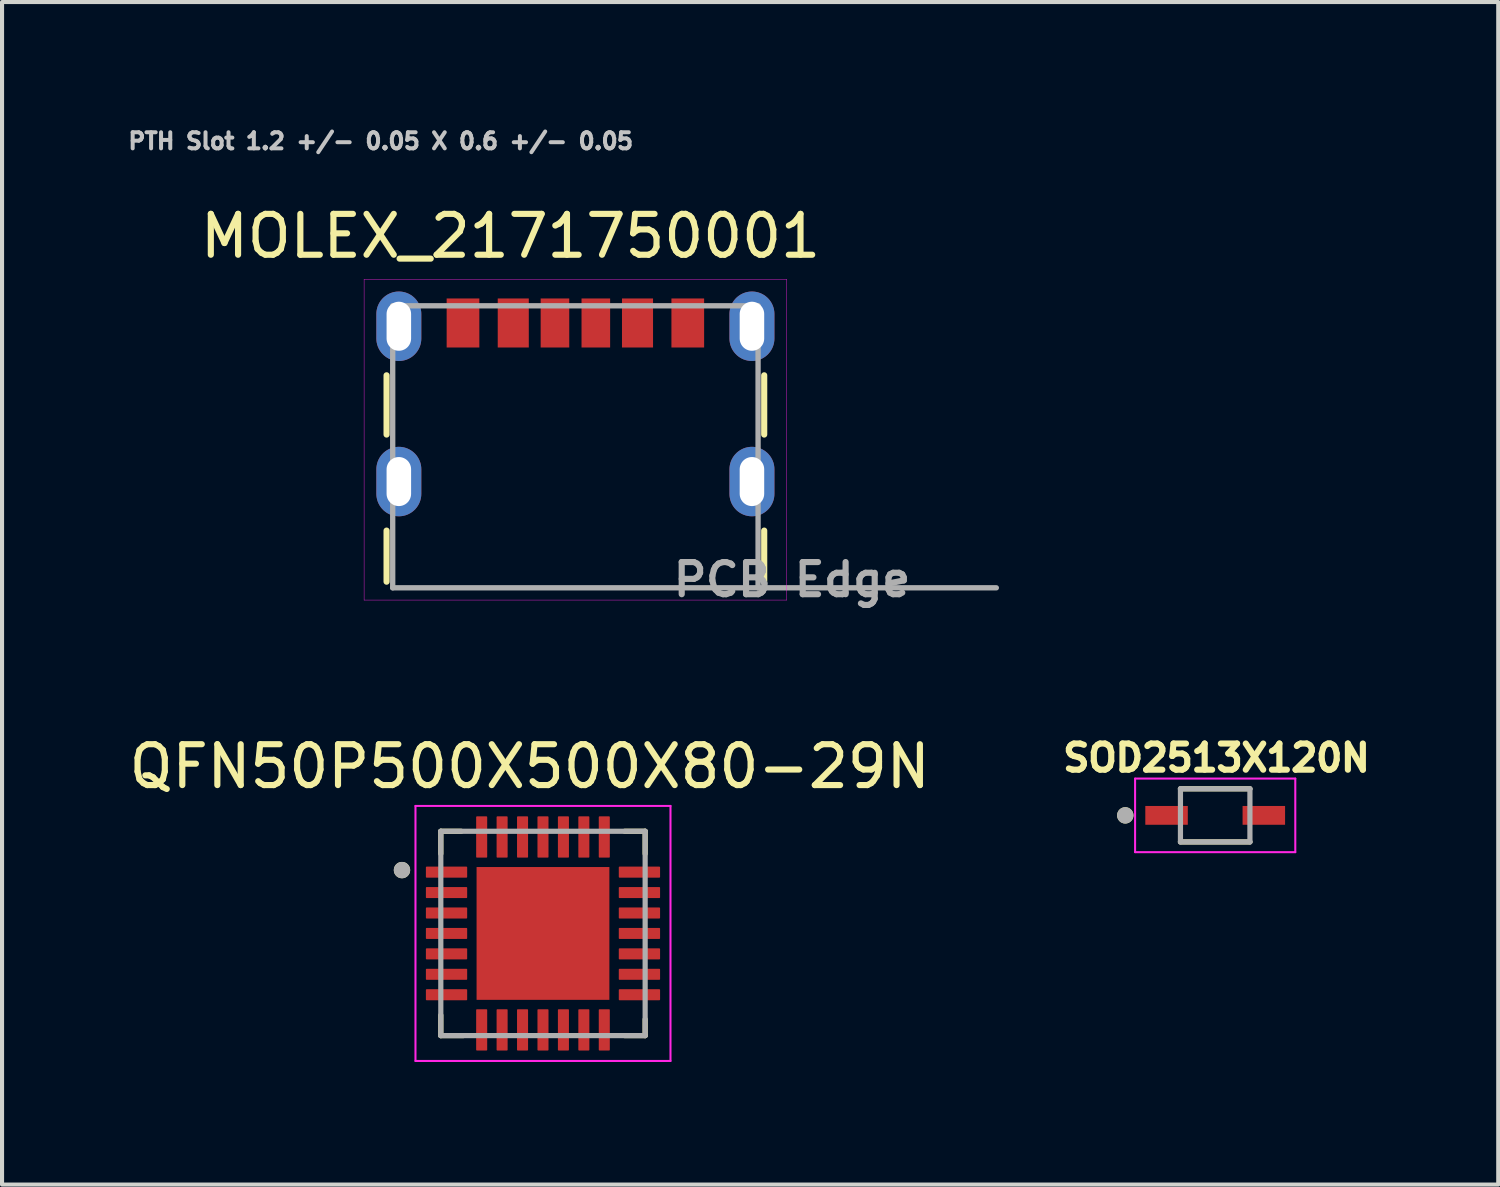
<source format=kicad_pcb>
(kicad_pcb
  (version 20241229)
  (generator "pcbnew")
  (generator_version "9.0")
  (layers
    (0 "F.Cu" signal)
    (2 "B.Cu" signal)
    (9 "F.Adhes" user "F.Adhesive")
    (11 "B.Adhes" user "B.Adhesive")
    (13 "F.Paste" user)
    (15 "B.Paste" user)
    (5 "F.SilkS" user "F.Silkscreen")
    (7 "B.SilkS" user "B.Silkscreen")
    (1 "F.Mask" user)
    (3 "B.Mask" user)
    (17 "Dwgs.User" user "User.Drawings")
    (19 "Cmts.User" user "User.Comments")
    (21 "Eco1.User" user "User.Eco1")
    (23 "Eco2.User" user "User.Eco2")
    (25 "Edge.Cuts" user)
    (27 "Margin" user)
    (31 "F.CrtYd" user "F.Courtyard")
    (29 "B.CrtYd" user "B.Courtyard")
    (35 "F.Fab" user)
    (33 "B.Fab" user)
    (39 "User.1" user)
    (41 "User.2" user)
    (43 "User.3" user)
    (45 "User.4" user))
  (footprint "QFN50P500X500X80-29N"
    (layer "F.Cu")
    (at 10.236 19.79)
    (property "Reference" "QFN50P500X500X80-29N" (at -0.325 -4.085 0) (layer "F.SilkS") (effects (font (size 1 1) (thickness 0.15))))
    (attr smd)
    (fp_line (start -2.5 -2.5) (end -2.5 -1.95) (stroke (width 0.127) (type solid)) (layer "F.SilkS"))
    (fp_line (start -2.5 2) (end -2.5 2.5) (stroke (width 0.127) (type solid)) (layer "F.SilkS"))
    (fp_line (start -2.5 2.5) (end -1.95 2.5) (stroke (width 0.127) (type solid)) (layer "F.SilkS"))
    (fp_line (start -2 -2.5) (end -2.5 -2.5) (stroke (width 0.127) (type solid)) (layer "F.SilkS"))
    (fp_line (start 2 -2.5) (end 2.5 -2.5) (stroke (width 0.127) (type solid)) (layer "F.SilkS"))
    (fp_line (start 2.5 -2.5) (end 2.5 -1.95) (stroke (width 0.127) (type solid)) (layer "F.SilkS"))
    (fp_line (start 2.5 2.1) (end 2.5 2.5) (stroke (width 0.127) (type solid)) (layer "F.SilkS"))
    (fp_line (start 2.5 2.5) (end 2 2.5) (stroke (width 0.127) (type solid)) (layer "F.SilkS"))
    (fp_circle (center -3.45 -1.55) (end -3.35 -1.55) (stroke (width 0.2) (type solid)) (fill no) (layer "F.SilkS"))
    (fp_poly (pts (xy -1.332 -1.33) (xy -0.18 -1.33) (xy -0.18 -0.18) (xy -1.332 -0.18)) (stroke (width 0.01) (type solid)) (fill yes) (layer "F.Paste"))
    (fp_poly (pts (xy -1.331 0.18) (xy -0.18 0.18) (xy -0.18 1.331) (xy -1.331 1.331)) (stroke (width 0.01) (type solid)) (fill yes) (layer "F.Paste"))
    (fp_poly (pts (xy 0.18 -1.33) (xy 1.33 -1.33) (xy 1.33 -0.18) (xy 0.18 -0.18)) (stroke (width 0.01) (type solid)) (fill yes) (layer "F.Paste"))
    (fp_poly (pts (xy 0.18 0.18) (xy 1.33 0.18) (xy 1.33 1.332) (xy 0.18 1.332)) (stroke (width 0.01) (type solid)) (fill yes) (layer "F.Paste"))
    (fp_line (start -3.12 -3.12) (end 3.12 -3.12) (stroke (width 0.05) (type solid)) (layer "F.CrtYd"))
    (fp_line (start -3.12 3.12) (end -3.12 -3.12) (stroke (width 0.05) (type solid)) (layer "F.CrtYd"))
    (fp_line (start 3.12 -3.12) (end 3.12 3.12) (stroke (width 0.05) (type solid)) (layer "F.CrtYd"))
    (fp_line (start 3.12 3.12) (end -3.12 3.12) (stroke (width 0.05) (type solid)) (layer "F.CrtYd"))
    (fp_line (start -2.5 -2.5) (end 2.5 -2.5) (stroke (width 0.127) (type solid)) (layer "F.Fab"))
    (fp_line (start -2.5 2.5) (end -2.5 -2.5) (stroke (width 0.127) (type solid)) (layer "F.Fab"))
    (fp_line (start 2.5 -2.5) (end 2.5 2.5) (stroke (width 0.127) (type solid)) (layer "F.Fab"))
    (fp_line (start 2.5 2.5) (end -2.5 2.5) (stroke (width 0.127) (type solid)) (layer "F.Fab"))
    (fp_circle (center -3.45 -1.55) (end -3.35 -1.55) (stroke (width 0.2) (type solid)) (fill no) (layer "F.Fab"))
    (pad "1" smd roundrect (at -2.36 -1.5) (size 1.01 0.27) (layers "F.Cu" "F.Mask" "F.Paste") (roundrect_rratio 0.07))
    (pad "2" smd roundrect (at -2.36 -1) (size 1.01 0.27) (layers "F.Cu" "F.Mask" "F.Paste") (roundrect_rratio 0.07))
    (pad "3" smd roundrect (at -2.36 -0.5) (size 1.01 0.27) (layers "F.Cu" "F.Mask" "F.Paste") (roundrect_rratio 0.07))
    (pad "4" smd roundrect (at -2.36 0) (size 1.01 0.27) (layers "F.Cu" "F.Mask" "F.Paste") (roundrect_rratio 0.07))
    (pad "5" smd roundrect (at -2.36 0.5) (size 1.01 0.27) (layers "F.Cu" "F.Mask" "F.Paste") (roundrect_rratio 0.07))
    (pad "6" smd roundrect (at -2.36 1) (size 1.01 0.27) (layers "F.Cu" "F.Mask" "F.Paste") (roundrect_rratio 0.07))
    (pad "7" smd roundrect (at -2.36 1.5) (size 1.01 0.27) (layers "F.Cu" "F.Mask" "F.Paste") (roundrect_rratio 0.07))
    (pad "8" smd roundrect (at -1.5 2.36 90) (size 1.01 0.27) (layers "F.Cu" "F.Mask" "F.Paste") (roundrect_rratio 0.07))
    (pad "9" smd roundrect (at -1 2.36 90) (size 1.01 0.27) (layers "F.Cu" "F.Mask" "F.Paste") (roundrect_rratio 0.07))
    (pad "10" smd roundrect (at -0.5 2.36 90) (size 1.01 0.27) (layers "F.Cu" "F.Mask" "F.Paste") (roundrect_rratio 0.07))
    (pad "11" smd roundrect (at 0 2.36 90) (size 1.01 0.27) (layers "F.Cu" "F.Mask" "F.Paste") (roundrect_rratio 0.07))
    (pad "12" smd roundrect (at 0.5 2.36 90) (size 1.01 0.27) (layers "F.Cu" "F.Mask" "F.Paste") (roundrect_rratio 0.07))
    (pad "13" smd roundrect (at 1 2.36 90) (size 1.01 0.27) (layers "F.Cu" "F.Mask" "F.Paste") (roundrect_rratio 0.07))
    (pad "14" smd roundrect (at 1.5 2.36 90) (size 1.01 0.27) (layers "F.Cu" "F.Mask" "F.Paste") (roundrect_rratio 0.07))
    (pad "15" smd roundrect (at 2.36 1.5 180) (size 1.01 0.27) (layers "F.Cu" "F.Mask" "F.Paste") (roundrect_rratio 0.07))
    (pad "16" smd roundrect (at 2.36 1 180) (size 1.01 0.27) (layers "F.Cu" "F.Mask" "F.Paste") (roundrect_rratio 0.07))
    (pad "17" smd roundrect (at 2.36 0.5 180) (size 1.01 0.27) (layers "F.Cu" "F.Mask" "F.Paste") (roundrect_rratio 0.07))
    (pad "18" smd roundrect (at 2.36 0 180) (size 1.01 0.27) (layers "F.Cu" "F.Mask" "F.Paste") (roundrect_rratio 0.07))
    (pad "19" smd roundrect (at 2.36 -0.5 180) (size 1.01 0.27) (layers "F.Cu" "F.Mask" "F.Paste") (roundrect_rratio 0.07))
    (pad "20" smd roundrect (at 2.36 -1 180) (size 1.01 0.27) (layers "F.Cu" "F.Mask" "F.Paste") (roundrect_rratio 0.07))
    (pad "21" smd roundrect (at 2.36 -1.5 180) (size 1.01 0.27) (layers "F.Cu" "F.Mask" "F.Paste") (roundrect_rratio 0.07))
    (pad "22" smd roundrect (at 1.5 -2.36 270) (size 1.01 0.27) (layers "F.Cu" "F.Mask" "F.Paste") (roundrect_rratio 0.07))
    (pad "23" smd roundrect (at 1 -2.36 270) (size 1.01 0.27) (layers "F.Cu" "F.Mask" "F.Paste") (roundrect_rratio 0.07))
    (pad "24" smd roundrect (at 0.5 -2.36 270) (size 1.01 0.27) (layers "F.Cu" "F.Mask" "F.Paste") (roundrect_rratio 0.07))
    (pad "25" smd roundrect (at 0 -2.36 270) (size 1.01 0.27) (layers "F.Cu" "F.Mask" "F.Paste") (roundrect_rratio 0.07))
    (pad "26" smd roundrect (at -0.5 -2.36 270) (size 1.01 0.27) (layers "F.Cu" "F.Mask" "F.Paste") (roundrect_rratio 0.07))
    (pad "27" smd roundrect (at -1 -2.36 270) (size 1.01 0.27) (layers "F.Cu" "F.Mask" "F.Paste") (roundrect_rratio 0.07))
    (pad "28" smd roundrect (at -1.5 -2.36 270) (size 1.01 0.27) (layers "F.Cu" "F.Mask" "F.Paste") (roundrect_rratio 0.07))
    (pad "29" smd rect (at 0 0) (size 3.25 3.25) (layers "F.Cu" "F.Mask")))
  (footprint "SOD2513X120N"
    (layer "F.Cu")
    (at 26.684 16.901)
    (property "Reference" "SOD2513X120N" (at 0.032 -1.406 0) (layer "F.SilkS") (effects (font (size 0.64 0.64) (thickness 0.15))))
    (attr smd)
    (fp_line (start -0.85 0.65) (end 0.85 0.65) (stroke (width 0.127) (type solid)) (layer "F.SilkS"))
    (fp_line (start 0.85 -0.65) (end -0.85 -0.65) (stroke (width 0.127) (type solid)) (layer "F.SilkS"))
    (fp_circle (center -2.2 0) (end -2.1 0) (stroke (width 0.2) (type solid)) (fill no) (layer "F.SilkS"))
    (fp_line (start -1.96 -0.9) (end -1.96 0.9) (stroke (width 0.05) (type solid)) (layer "F.CrtYd"))
    (fp_line (start -1.96 0.9) (end 1.96 0.9) (stroke (width 0.05) (type solid)) (layer "F.CrtYd"))
    (fp_line (start 1.96 -0.9) (end -1.96 -0.9) (stroke (width 0.05) (type solid)) (layer "F.CrtYd"))
    (fp_line (start 1.96 0.9) (end 1.96 -0.9) (stroke (width 0.05) (type solid)) (layer "F.CrtYd"))
    (fp_line (start -0.85 -0.65) (end -0.85 0.65) (stroke (width 0.127) (type solid)) (layer "F.Fab"))
    (fp_line (start -0.85 0.65) (end 0.85 0.65) (stroke (width 0.127) (type solid)) (layer "F.Fab"))
    (fp_line (start 0.85 -0.65) (end -0.85 -0.65) (stroke (width 0.127) (type solid)) (layer "F.Fab"))
    (fp_line (start 0.85 0.65) (end 0.85 -0.65) (stroke (width 0.127) (type solid)) (layer "F.Fab"))
    (fp_circle (center -2.2 0) (end -2.1 0) (stroke (width 0.2) (type solid)) (fill no) (layer "F.Fab"))
    (pad "A" smd rect (at 1.19 0) (size 1.04 0.46) (layers "F.Cu" "F.Mask" "F.Paste"))
    (pad "C" smd rect (at -1.19 0) (size 1.04 0.46) (layers "F.Cu" "F.Mask" "F.Paste")))
  (footprint "MOLEX_2171750001"
    (layer "F.Cu")
    (at 11.029 11.333)
    (property "Reference" "MOLEX_2171750001" (at -1.587 -8.605 0) (layer "F.SilkS") (effects (font (size 1 1) (thickness 0.15))))
    (attr smd)
    (fp_poly (pts (xy -3.213 -7.144) (xy -2.287 -7.144) (xy -2.287 -5.816) (xy -3.213 -5.816)) (stroke (width 0.01) (type solid)) (fill yes) (layer "F.Mask"))
    (fp_poly (pts (xy -1.964 -7.144) (xy -1.077 -7.144) (xy -1.077 -5.816) (xy -1.964 -5.816)) (stroke (width 0.01) (type solid)) (fill yes) (layer "F.Mask"))
    (fp_poly (pts (xy -0.913 -7.144) (xy -0.086 -7.144) (xy -0.086 -5.816) (xy -0.913 -5.816)) (stroke (width 0.01) (type solid)) (fill yes) (layer "F.Mask"))
    (fp_poly (pts (xy 0.086 -7.144) (xy 0.913 -7.144) (xy 0.913 -5.816) (xy 0.086 -5.816)) (stroke (width 0.01) (type solid)) (fill yes) (layer "F.Mask"))
    (fp_poly (pts (xy 1.077 -7.144) (xy 1.964 -7.144) (xy 1.964 -5.816) (xy 1.077 -5.816)) (stroke (width 0.01) (type solid)) (fill yes) (layer "F.Mask"))
    (fp_poly (pts (xy 2.287 -7.144) (xy 3.213 -7.144) (xy 3.213 -5.816) (xy 2.287 -5.816)) (stroke (width 0.01) (type solid)) (fill yes) (layer "F.Mask"))
    (fp_line (start -4.62 -3.75) (end -4.62 -5.2) (stroke (width 0.15) (type solid)) (layer "F.SilkS"))
    (fp_line (start -4.62 -0.15) (end -4.62 -1.4) (stroke (width 0.15) (type solid)) (layer "F.SilkS"))
    (fp_line (start 4.62 -3.75) (end 4.62 -5.2) (stroke (width 0.15) (type solid)) (layer "F.SilkS"))
    (fp_line (start 4.62 -0.15) (end 4.62 -1.4) (stroke (width 0.15) (type solid)) (layer "F.SilkS"))
    (fp_line (start -5.17 -7.55) (end -5.17 0.3) (stroke (width 0.01) (type solid)) (layer "F.CrtYd"))
    (fp_line (start -5.17 0.3) (end 5.17 0.3) (stroke (width 0.01) (type solid)) (layer "F.CrtYd"))
    (fp_line (start 5.17 -7.55) (end -5.17 -7.55) (stroke (width 0.01) (type solid)) (layer "F.CrtYd"))
    (fp_line (start 5.17 0.3) (end 5.17 -7.55) (stroke (width 0.01) (type solid)) (layer "F.CrtYd"))
    (fp_line (start -4.47 -6.9) (end 4.47 -6.9) (stroke (width 0.13) (type solid)) (layer "F.Fab"))
    (fp_line (start -4.47 0) (end -4.47 -6.9) (stroke (width 0.13) (type solid)) (layer "F.Fab"))
    (fp_line (start 4.47 -6.9) (end 4.47 0) (stroke (width 0.13) (type solid)) (layer "F.Fab"))
    (fp_line (start 4.47 0) (end -4.47 0) (stroke (width 0.13) (type solid)) (layer "F.Fab"))
    (fp_line (start 4.47 0) (end 10.3 0) (stroke (width 0.13) (type solid)) (layer "F.Fab"))
    (fp_text user "PTH Slot 1.2 +/- 0.05 X 0.6 +/- 0.05" (at -4.763 -10.93 0) (layer "Dwgs.User") (effects (font (size 0.394 0.394) (thickness 0.098))))
    (fp_text user "PCB Edge" (at 5.3 -0.2 0) (layer "F.Fab") (effects (font (size 0.787 0.787) (thickness 0.15))))
    (pad "A5" smd rect (at -0.5 -6.48) (size 0.7 1.2) (layers "F.Cu" "F.Paste"))
    (pad "A9" smd rect (at 1.52 -6.48) (size 0.76 1.2) (layers "F.Cu" "F.Paste"))
    (pad "A12" smd rect (at 2.75 -6.48) (size 0.8 1.2) (layers "F.Cu" "F.Paste"))
    (pad "B5" smd rect (at 0.5 -6.48) (size 0.7 1.2) (layers "F.Cu" "F.Paste"))
    (pad "B9" smd rect (at -1.52 -6.48) (size 0.76 1.2) (layers "F.Cu" "F.Paste"))
    (pad "B12" smd rect (at -2.75 -6.48) (size 0.8 1.2) (layers "F.Cu" "F.Paste"))
    (pad "SH" thru_hole oval (at -4.32 -6.4) (size 1.1 1.7) (drill oval 0.6 1.2) (layers "*.Cu" "*.Mask"))
    (pad "SH" thru_hole oval (at -4.32 -2.6) (size 1.1 1.7) (drill oval 0.6 1.2) (layers "*.Cu" "*.Mask"))
    (pad "SH" thru_hole oval (at 4.32 -6.4) (size 1.1 1.7) (drill oval 0.6 1.2) (layers "*.Cu" "*.Mask"))
    (pad "SH" thru_hole oval (at 4.32 -2.6) (size 1.1 1.7) (drill oval 0.6 1.2) (layers "*.Cu" "*.Mask")))
  (gr_rect
    (start -3 -3)
    (end 33.61 25.935)
    (stroke (width 0.1) (type default))
    (fill no)
    (layer "Edge.Cuts")))
</source>
